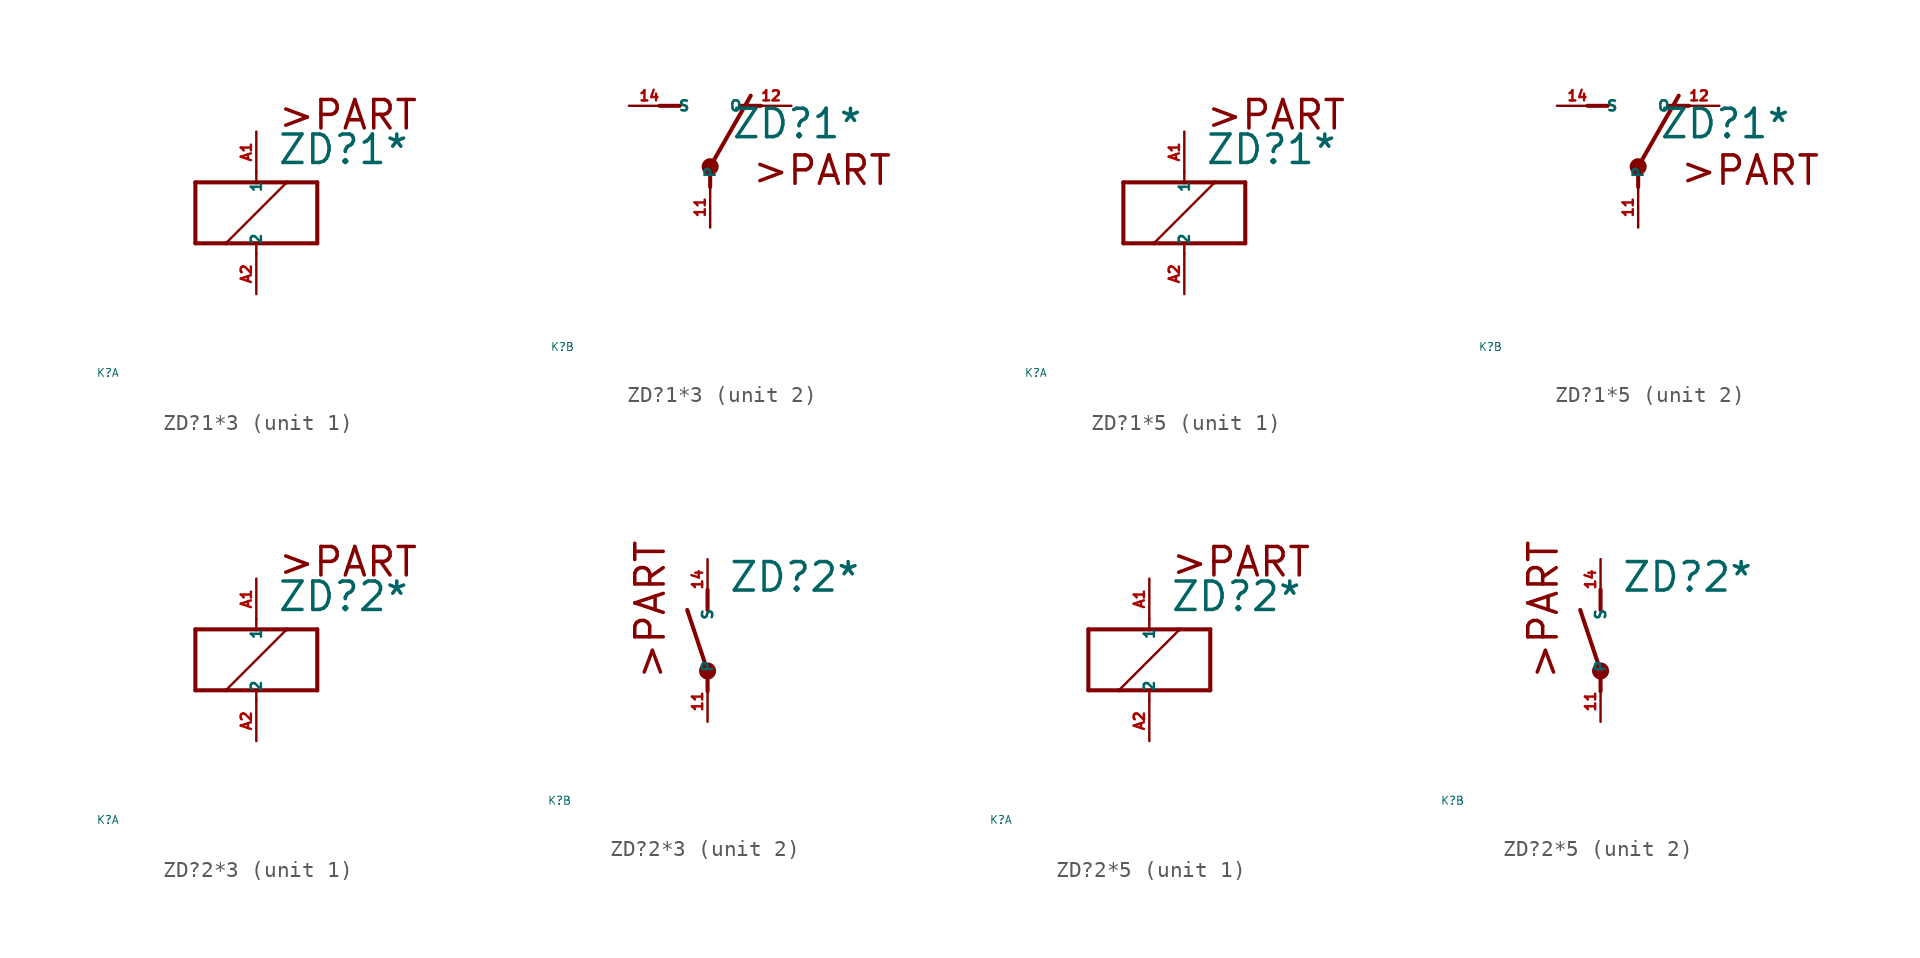
<source format=kicad_sym>
(kicad_symbol_lib
  (version 20220914)
  (generator Eagle2Kicad)
  (symbol "ZD?1*3"
    (property "Reference" "K"
      (at -10 -10 0)
      (effects (font (size 0.5 0.5) (thickness 0.06)) (justify left)))
    (property "Value" "ZD?1*"
      (at 1.27 2.921 0)
      (effects (font (size 1.778 1.778) (thickness 0.22)) (justify left bottom)))
    (symbol "ZD?1*3_1_0"
      (polyline (pts (xy -3.81 -1.905) (xy -1.905 -1.905)) (stroke (width 0.254) (type default)) (fill (type none)))
      (polyline (pts (xy 3.81 -1.905) (xy 3.81 1.905)) (stroke (width 0.254) (type default)) (fill (type none)))
      (polyline (pts (xy 3.81 1.905) (xy 1.905 1.905)) (stroke (width 0.254) (type default)) (fill (type none)))
      (polyline (pts (xy -3.81 1.905) (xy -3.81 -1.905)) (stroke (width 0.254) (type default)) (fill (type none)))
      (polyline (pts (xy 0 -2.54) (xy 0 -1.905)) (stroke (width 0.152) (type default)) (fill (type none)))
      (polyline (pts (xy 0 -1.905) (xy 3.81 -1.905)) (stroke (width 0.254) (type default)) (fill (type none)))
      (polyline (pts (xy 0 2.54) (xy 0 1.905)) (stroke (width 0.152) (type default)) (fill (type none)))
      (polyline (pts (xy 0 1.905) (xy -3.81 1.905)) (stroke (width 0.254) (type default)) (fill (type none)))
      (polyline (pts (xy -1.905 -1.905) (xy 1.905 1.905)) (stroke (width 0.152) (type default)) (fill (type none)))
      (polyline (pts (xy -1.905 -1.905) (xy 0 -1.905)) (stroke (width 0.254) (type default)) (fill (type none)))
      (polyline (pts (xy 1.905 1.905) (xy 0 1.905)) (stroke (width 0.254) (type default)) (fill (type none)))
      (text ">PART" (at 1.27 5.08 0) (effects (font (size 1.778 1.778) (thickness 0.22)) (justify left bottom)))
      (pin passive line (at 0 -5.08 90) (length 2.54) (name "2" (effects (font (size 0.635 0.635) (thickness 0.08)) (justify left bottom))) (number "A2" (effects (font (size 0.635 0.635) (thickness 0.08)) (justify left bottom))))
      (pin passive line (at 0 5.08 270) (length 2.54) (name "1" (effects (font (size 0.635 0.635) (thickness 0.08)) (justify left bottom))) (number "A1" (effects (font (size 0.635 0.635) (thickness 0.08)) (justify left bottom)))))
    (symbol "ZD?1*3_2_0"
      (polyline (pts (xy 3.175 5.08) (xy 1.905 5.08)) (stroke (width 0.254) (type default)) (fill (type none)))
      (polyline (pts (xy -3.175 5.08) (xy -1.905 5.08)) (stroke (width 0.254) (type default)) (fill (type none)))
      (polyline (pts (xy 0 1.27) (xy 2.54 5.715)) (stroke (width 0.254) (type default)) (fill (type none)))
      (polyline (pts (xy 0 1.27) (xy 0 0)) (stroke (width 0.254) (type default)) (fill (type none)))
      (text ">PART" (at 2.54 0 0) (effects (font (size 1.778 1.778) (thickness 0.22)) (justify left bottom)))
      (circle (center 0 1.27) (radius 0.127) (stroke (width 0.406) (type default)) (fill (type none)))
      (pin passive line (at 5.08 5.08 180) (length 2.54) (name "O" (effects (font (size 0.635 0.635) (thickness 0.08)) (justify left bottom))) (number "12" (effects (font (size 0.635 0.635) (thickness 0.08)) (justify left bottom))))
      (pin passive line (at -5.08 5.08 0) (length 2.54) (name "S" (effects (font (size 0.635 0.635) (thickness 0.08)) (justify left bottom))) (number "14" (effects (font (size 0.635 0.635) (thickness 0.08)) (justify left bottom))))
      (pin passive line (at 0 -2.54 90) (length 2.54) (name "P" (effects (font (size 0.635 0.635) (thickness 0.08)) (justify left bottom))) (number "11" (effects (font (size 0.635 0.635) (thickness 0.08)) (justify left bottom))))))
  (symbol "ZD?1*5"
    (property "Reference" "K"
      (at -10 -10 0)
      (effects (font (size 0.5 0.5) (thickness 0.06)) (justify left)))
    (property "Value" "ZD?1*"
      (at 1.27 2.921 0)
      (effects (font (size 1.778 1.778) (thickness 0.22)) (justify left bottom)))
    (symbol "ZD?1*5_1_0"
      (polyline (pts (xy -3.81 -1.905) (xy -1.905 -1.905)) (stroke (width 0.254) (type default)) (fill (type none)))
      (polyline (pts (xy 3.81 -1.905) (xy 3.81 1.905)) (stroke (width 0.254) (type default)) (fill (type none)))
      (polyline (pts (xy 3.81 1.905) (xy 1.905 1.905)) (stroke (width 0.254) (type default)) (fill (type none)))
      (polyline (pts (xy -3.81 1.905) (xy -3.81 -1.905)) (stroke (width 0.254) (type default)) (fill (type none)))
      (polyline (pts (xy 0 -2.54) (xy 0 -1.905)) (stroke (width 0.152) (type default)) (fill (type none)))
      (polyline (pts (xy 0 -1.905) (xy 3.81 -1.905)) (stroke (width 0.254) (type default)) (fill (type none)))
      (polyline (pts (xy 0 2.54) (xy 0 1.905)) (stroke (width 0.152) (type default)) (fill (type none)))
      (polyline (pts (xy 0 1.905) (xy -3.81 1.905)) (stroke (width 0.254) (type default)) (fill (type none)))
      (polyline (pts (xy -1.905 -1.905) (xy 1.905 1.905)) (stroke (width 0.152) (type default)) (fill (type none)))
      (polyline (pts (xy -1.905 -1.905) (xy 0 -1.905)) (stroke (width 0.254) (type default)) (fill (type none)))
      (polyline (pts (xy 1.905 1.905) (xy 0 1.905)) (stroke (width 0.254) (type default)) (fill (type none)))
      (text ">PART" (at 1.27 5.08 0) (effects (font (size 1.778 1.778) (thickness 0.22)) (justify left bottom)))
      (pin passive line (at 0 -5.08 90) (length 2.54) (name "2" (effects (font (size 0.635 0.635) (thickness 0.08)) (justify left bottom))) (number "A2" (effects (font (size 0.635 0.635) (thickness 0.08)) (justify left bottom))))
      (pin passive line (at 0 5.08 270) (length 2.54) (name "1" (effects (font (size 0.635 0.635) (thickness 0.08)) (justify left bottom))) (number "A1" (effects (font (size 0.635 0.635) (thickness 0.08)) (justify left bottom)))))
    (symbol "ZD?1*5_2_0"
      (polyline (pts (xy 3.175 5.08) (xy 1.905 5.08)) (stroke (width 0.254) (type default)) (fill (type none)))
      (polyline (pts (xy -3.175 5.08) (xy -1.905 5.08)) (stroke (width 0.254) (type default)) (fill (type none)))
      (polyline (pts (xy 0 1.27) (xy 2.54 5.715)) (stroke (width 0.254) (type default)) (fill (type none)))
      (polyline (pts (xy 0 1.27) (xy 0 0)) (stroke (width 0.254) (type default)) (fill (type none)))
      (text ">PART" (at 2.54 0 0) (effects (font (size 1.778 1.778) (thickness 0.22)) (justify left bottom)))
      (circle (center 0 1.27) (radius 0.127) (stroke (width 0.406) (type default)) (fill (type none)))
      (pin passive line (at 5.08 5.08 180) (length 2.54) (name "O" (effects (font (size 0.635 0.635) (thickness 0.08)) (justify left bottom))) (number "12" (effects (font (size 0.635 0.635) (thickness 0.08)) (justify left bottom))))
      (pin passive line (at -5.08 5.08 0) (length 2.54) (name "S" (effects (font (size 0.635 0.635) (thickness 0.08)) (justify left bottom))) (number "14" (effects (font (size 0.635 0.635) (thickness 0.08)) (justify left bottom))))
      (pin passive line (at 0 -2.54 90) (length 2.54) (name "P" (effects (font (size 0.635 0.635) (thickness 0.08)) (justify left bottom))) (number "11" (effects (font (size 0.635 0.635) (thickness 0.08)) (justify left bottom))))))
  (symbol "ZD?2*3"
    (property "Reference" "K"
      (at -10 -10 0)
      (effects (font (size 0.5 0.5) (thickness 0.06)) (justify left)))
    (property "Value" "ZD?2*"
      (at 1.27 2.921 0)
      (effects (font (size 1.778 1.778) (thickness 0.22)) (justify left bottom)))
    (symbol "ZD?2*3_1_0"
      (polyline (pts (xy -3.81 -1.905) (xy -1.905 -1.905)) (stroke (width 0.254) (type default)) (fill (type none)))
      (polyline (pts (xy 3.81 -1.905) (xy 3.81 1.905)) (stroke (width 0.254) (type default)) (fill (type none)))
      (polyline (pts (xy 3.81 1.905) (xy 1.905 1.905)) (stroke (width 0.254) (type default)) (fill (type none)))
      (polyline (pts (xy -3.81 1.905) (xy -3.81 -1.905)) (stroke (width 0.254) (type default)) (fill (type none)))
      (polyline (pts (xy 0 -2.54) (xy 0 -1.905)) (stroke (width 0.152) (type default)) (fill (type none)))
      (polyline (pts (xy 0 -1.905) (xy 3.81 -1.905)) (stroke (width 0.254) (type default)) (fill (type none)))
      (polyline (pts (xy 0 2.54) (xy 0 1.905)) (stroke (width 0.152) (type default)) (fill (type none)))
      (polyline (pts (xy 0 1.905) (xy -3.81 1.905)) (stroke (width 0.254) (type default)) (fill (type none)))
      (polyline (pts (xy -1.905 -1.905) (xy 1.905 1.905)) (stroke (width 0.152) (type default)) (fill (type none)))
      (polyline (pts (xy -1.905 -1.905) (xy 0 -1.905)) (stroke (width 0.254) (type default)) (fill (type none)))
      (polyline (pts (xy 1.905 1.905) (xy 0 1.905)) (stroke (width 0.254) (type default)) (fill (type none)))
      (text ">PART" (at 1.27 5.08 0) (effects (font (size 1.778 1.778) (thickness 0.22)) (justify left bottom)))
      (pin passive line (at 0 -5.08 90) (length 2.54) (name "2" (effects (font (size 0.635 0.635) (thickness 0.08)) (justify left bottom))) (number "A2" (effects (font (size 0.635 0.635) (thickness 0.08)) (justify left bottom))))
      (pin passive line (at 0 5.08 270) (length 2.54) (name "1" (effects (font (size 0.635 0.635) (thickness 0.08)) (justify left bottom))) (number "A1" (effects (font (size 0.635 0.635) (thickness 0.08)) (justify left bottom)))))
    (symbol "ZD?2*3_2_0"
      (polyline (pts (xy 0 3.175) (xy 0 1.905)) (stroke (width 0.254) (type default)) (fill (type none)))
      (polyline (pts (xy 0 -3.175) (xy 0 -1.905)) (stroke (width 0.254) (type default)) (fill (type none)))
      (polyline (pts (xy 0 -1.905) (xy -1.27 1.905)) (stroke (width 0.254) (type default)) (fill (type none)))
      (text ">PART" (at -2.54 -2.54 900) (effects (font (size 1.778 1.778) (thickness 0.22)) (justify left bottom)))
      (circle (center 0 -1.905) (radius 0.127) (stroke (width 0.406) (type default)) (fill (type none)))
      (pin passive line (at 0 -5.08 90) (length 2.54) (name "P" (effects (font (size 0.635 0.635) (thickness 0.08)) (justify left bottom))) (number "11" (effects (font (size 0.635 0.635) (thickness 0.08)) (justify left bottom))))
      (pin passive line (at 0 5.08 270) (length 2.54) (name "S" (effects (font (size 0.635 0.635) (thickness 0.08)) (justify left bottom))) (number "14" (effects (font (size 0.635 0.635) (thickness 0.08)) (justify left bottom))))))
  (symbol "ZD?2*5"
    (property "Reference" "K"
      (at -10 -10 0)
      (effects (font (size 0.5 0.5) (thickness 0.06)) (justify left)))
    (property "Value" "ZD?2*"
      (at 1.27 2.921 0)
      (effects (font (size 1.778 1.778) (thickness 0.22)) (justify left bottom)))
    (symbol "ZD?2*5_1_0"
      (polyline (pts (xy -3.81 -1.905) (xy -1.905 -1.905)) (stroke (width 0.254) (type default)) (fill (type none)))
      (polyline (pts (xy 3.81 -1.905) (xy 3.81 1.905)) (stroke (width 0.254) (type default)) (fill (type none)))
      (polyline (pts (xy 3.81 1.905) (xy 1.905 1.905)) (stroke (width 0.254) (type default)) (fill (type none)))
      (polyline (pts (xy -3.81 1.905) (xy -3.81 -1.905)) (stroke (width 0.254) (type default)) (fill (type none)))
      (polyline (pts (xy 0 -2.54) (xy 0 -1.905)) (stroke (width 0.152) (type default)) (fill (type none)))
      (polyline (pts (xy 0 -1.905) (xy 3.81 -1.905)) (stroke (width 0.254) (type default)) (fill (type none)))
      (polyline (pts (xy 0 2.54) (xy 0 1.905)) (stroke (width 0.152) (type default)) (fill (type none)))
      (polyline (pts (xy 0 1.905) (xy -3.81 1.905)) (stroke (width 0.254) (type default)) (fill (type none)))
      (polyline (pts (xy -1.905 -1.905) (xy 1.905 1.905)) (stroke (width 0.152) (type default)) (fill (type none)))
      (polyline (pts (xy -1.905 -1.905) (xy 0 -1.905)) (stroke (width 0.254) (type default)) (fill (type none)))
      (polyline (pts (xy 1.905 1.905) (xy 0 1.905)) (stroke (width 0.254) (type default)) (fill (type none)))
      (text ">PART" (at 1.27 5.08 0) (effects (font (size 1.778 1.778) (thickness 0.22)) (justify left bottom)))
      (pin passive line (at 0 -5.08 90) (length 2.54) (name "2" (effects (font (size 0.635 0.635) (thickness 0.08)) (justify left bottom))) (number "A2" (effects (font (size 0.635 0.635) (thickness 0.08)) (justify left bottom))))
      (pin passive line (at 0 5.08 270) (length 2.54) (name "1" (effects (font (size 0.635 0.635) (thickness 0.08)) (justify left bottom))) (number "A1" (effects (font (size 0.635 0.635) (thickness 0.08)) (justify left bottom)))))
    (symbol "ZD?2*5_2_0"
      (polyline (pts (xy 0 3.175) (xy 0 1.905)) (stroke (width 0.254) (type default)) (fill (type none)))
      (polyline (pts (xy 0 -3.175) (xy 0 -1.905)) (stroke (width 0.254) (type default)) (fill (type none)))
      (polyline (pts (xy 0 -1.905) (xy -1.27 1.905)) (stroke (width 0.254) (type default)) (fill (type none)))
      (text ">PART" (at -2.54 -2.54 900) (effects (font (size 1.778 1.778) (thickness 0.22)) (justify left bottom)))
      (circle (center 0 -1.905) (radius 0.127) (stroke (width 0.406) (type default)) (fill (type none)))
      (pin passive line (at 0 -5.08 90) (length 2.54) (name "P" (effects (font (size 0.635 0.635) (thickness 0.08)) (justify left bottom))) (number "11" (effects (font (size 0.635 0.635) (thickness 0.08)) (justify left bottom))))
      (pin passive line (at 0 5.08 270) (length 2.54) (name "S" (effects (font (size 0.635 0.635) (thickness 0.08)) (justify left bottom))) (number "14" (effects (font (size 0.635 0.635) (thickness 0.08)) (justify left bottom)))))))
</source>
